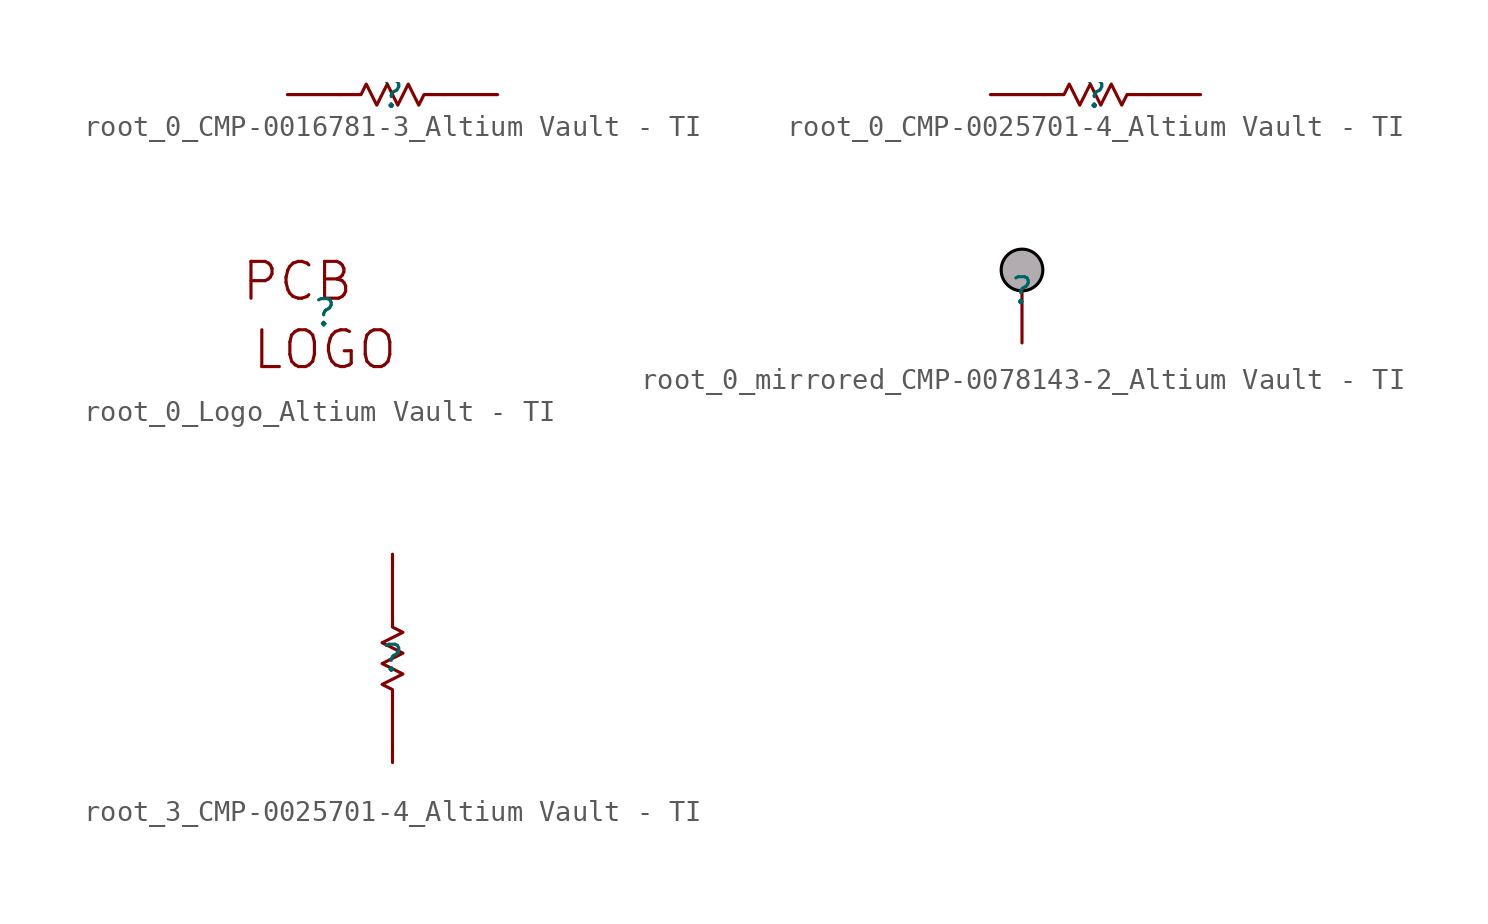
<source format=kicad_sym>
(kicad_symbol_lib
  (version 20241209)
  (generator "kicad_symbol_editor")
  (generator_version "9.0")
  (symbol "root_0_CMP-0016781-3_Altium Vault - TI"
    (pin_numbers
      (hide yes))
    (pin_names
      (hide yes))
    (property "Reference" ""
      (at 0 0 0)
      (effects (font (size 1.27 1.27))))
    (property "Value" ""
      (at 0 0 0)
      (effects (font (size 1.27 1.27))))
    (symbol "root_0_CMP-0016781-3_Altium Vault - TI_1_0"
      (polyline (pts (xy 2.54 0) (xy 1.524 0) (xy 1.27 -0.508) (xy 0.762 0.508) (xy 0.254 -0.508) (xy -0.254 0.508) (xy -0.762 -0.508) (xy -1.27 0.508) (xy -1.524 0) (xy -2.54 0)) (stroke (width 0) (type solid)) (fill (type none)))
      (pin passive line (at -5.08 0 0) (length 2.54) (name "1" (effects (font (size 1.27 1.27)))) (number "1" (effects (font (size 1.27 1.27)))))
      (pin passive line (at 5.08 0 180) (length 2.54) (name "2" (effects (font (size 1.27 1.27)))) (number "2" (effects (font (size 1.27 1.27)))))))
  (symbol "root_0_CMP-0025701-4_Altium Vault - TI"
    (pin_numbers
      (hide yes))
    (pin_names
      (hide yes))
    (property "Reference" ""
      (at 0 0 0)
      (effects (font (size 1.27 1.27))))
    (property "Value" ""
      (at 0 0 0)
      (effects (font (size 1.27 1.27))))
    (symbol "root_0_CMP-0025701-4_Altium Vault - TI_1_0"
      (polyline (pts (xy 2.54 0) (xy 1.524 0) (xy 1.27 -0.508) (xy 0.762 0.508) (xy 0.254 -0.508) (xy -0.254 0.508) (xy -0.762 -0.508) (xy -1.27 0.508) (xy -1.524 0) (xy -2.54 0)) (stroke (width 0) (type solid)) (fill (type none)))
      (pin passive line (at -5.08 0 0) (length 2.54) (name "1" (effects (font (size 1.27 1.27)))) (number "1" (effects (font (size 1.27 1.27)))))
      (pin passive line (at 5.08 0 180) (length 2.54) (name "2" (effects (font (size 1.27 1.27)))) (number "2" (effects (font (size 1.27 1.27)))))))
  (symbol "root_0_Logo_Altium Vault - TI"
    (pin_numbers
      (hide yes))
    (pin_names
      (hide yes))
    (property "Reference" ""
      (at 0 0 0)
      (effects (font (size 1.27 1.27))))
    (property "Value" ""
      (at 0 0 0)
      (effects (font (size 1.27 1.27))))
    (symbol "root_0_Logo_Altium Vault - TI_1_0"
      (text "PCB" (at -1.328 1.524 0) (effects (font (size 1.778 1.778))))
      (text "LOGO" (at 0 -1.778 0) (effects (font (size 1.778 1.778))))))
  (symbol "root_0_mirrored_CMP-0078143-2_Altium Vault - TI"
    (pin_numbers
      (hide yes))
    (pin_names
      (hide yes))
    (property "Reference" ""
      (at 0 0 0)
      (effects (font (size 1.27 1.27))))
    (property "Value" ""
      (at 0 0 0)
      (effects (font (size 1.27 1.27))))
    (symbol "root_0_mirrored_CMP-0078143-2_Altium Vault - TI_1_0"
      (circle (center 0 1.016) (radius 1.016) (stroke (width 0) (type solid) (color 0 0 0 1)) (fill (type color) (color 178 172 176 1)))
      (pin passive line (at 0 -2.54 90) (length 2.54) (name "" (effects (font (size 1.27 1.27)))) (number "1" (effects (font (size 1.27 1.27)))))))
  (symbol "root_3_CMP-0025701-4_Altium Vault - TI"
    (pin_numbers
      (hide yes))
    (pin_names
      (hide yes))
    (property "Reference" ""
      (at 0 0 0)
      (effects (font (size 1.27 1.27))))
    (property "Value" ""
      (at 0 0 0)
      (effects (font (size 1.27 1.27))))
    (symbol "root_3_CMP-0025701-4_Altium Vault - TI_1_0"
      (polyline (pts (xy 0 -2.54) (xy 0 -1.524) (xy -0.508 -1.27) (xy 0.508 -0.762) (xy -0.508 -0.254) (xy 0.508 0.254) (xy -0.508 0.762) (xy 0.508 1.27) (xy 0 1.524) (xy 0 2.54)) (stroke (width 0) (type solid)) (fill (type none)))
      (pin passive line (at 0 5.08 270) (length 2.54) (name "1" (effects (font (size 1.27 1.27)))) (number "1" (effects (font (size 1.27 1.27)))))
      (pin passive line (at 0 -5.08 90) (length 2.54) (name "2" (effects (font (size 1.27 1.27)))) (number "2" (effects (font (size 1.27 1.27))))))))
</source>
